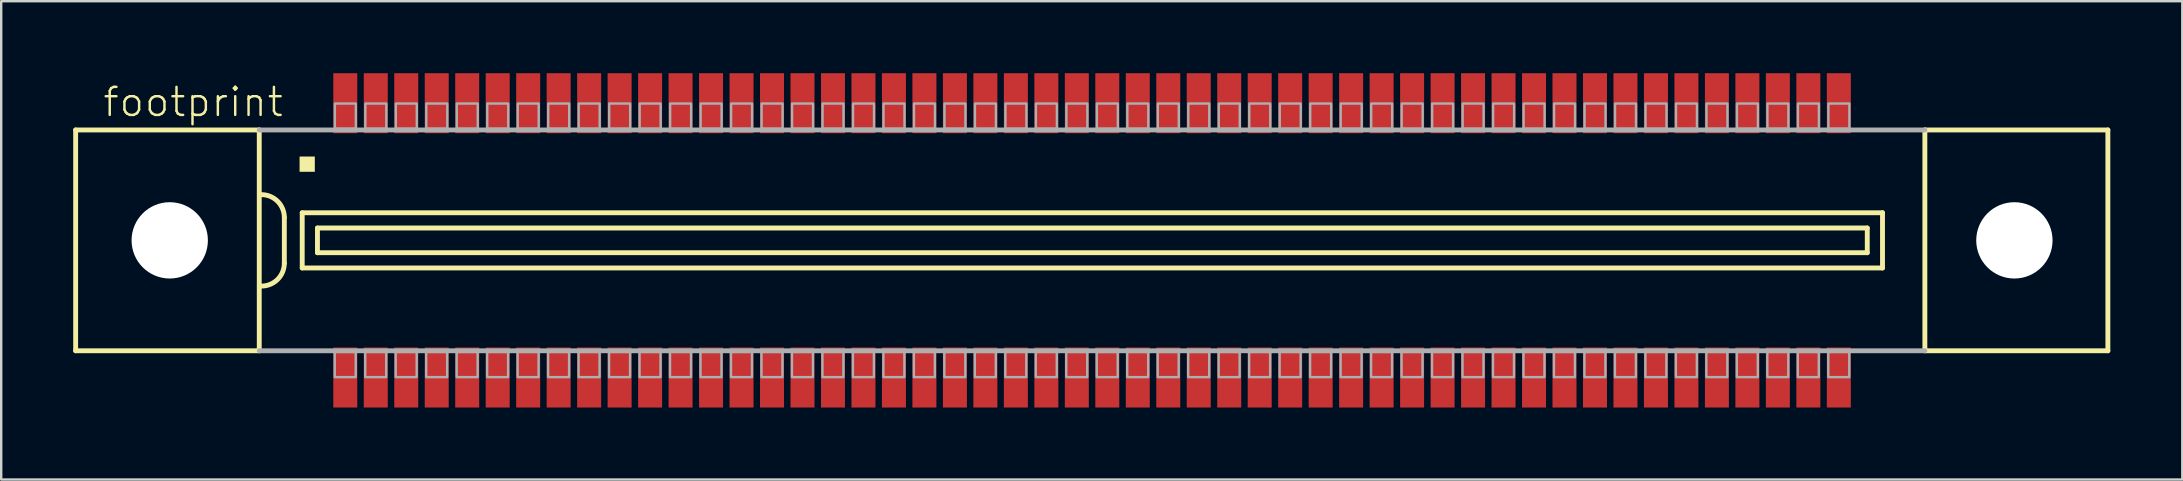
<source format=kicad_pcb>
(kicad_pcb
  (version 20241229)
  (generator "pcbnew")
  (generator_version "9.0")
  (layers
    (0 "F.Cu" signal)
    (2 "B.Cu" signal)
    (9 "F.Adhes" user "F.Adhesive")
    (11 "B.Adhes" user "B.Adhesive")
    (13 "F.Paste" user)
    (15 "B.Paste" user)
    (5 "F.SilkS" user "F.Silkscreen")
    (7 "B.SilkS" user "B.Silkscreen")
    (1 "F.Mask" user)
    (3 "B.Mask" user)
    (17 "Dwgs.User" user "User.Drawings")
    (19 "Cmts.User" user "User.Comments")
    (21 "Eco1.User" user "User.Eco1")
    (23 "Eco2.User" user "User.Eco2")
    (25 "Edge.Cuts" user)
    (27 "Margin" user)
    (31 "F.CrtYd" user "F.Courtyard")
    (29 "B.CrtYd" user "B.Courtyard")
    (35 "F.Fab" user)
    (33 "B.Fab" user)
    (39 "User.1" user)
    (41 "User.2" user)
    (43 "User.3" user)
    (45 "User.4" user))
  (footprint "footprint"
    (layer "F.Cu")
    (at 42.452 6.965)
    (property "Reference" "footprint" (at -41.275 -5.08 0) (layer "F.SilkS") (effects (font (size 1.168 1.168) (thickness 0.102)) (justify left bottom)))
    (fp_line (start -42.35 -4.6) (end -42.35 4.6) (stroke (width 0.203) (type solid)) (layer "F.SilkS"))
    (fp_line (start -42.35 4.6) (end -34.7 4.6) (stroke (width 0.203) (type solid)) (layer "F.SilkS"))
    (fp_line (start -34.7 -4.6) (end -42.35 -4.6) (stroke (width 0.203) (type solid)) (layer "F.SilkS"))
    (fp_line (start -34.7 -4.6) (end -34.7 4.6) (stroke (width 0.203) (type solid)) (layer "F.SilkS"))
    (fp_line (start -33.655 -0.953) (end -33.655 0.953) (stroke (width 0.203) (type solid)) (layer "F.SilkS"))
    (fp_line (start -32.91 -1.15) (end -32.91 1.15) (stroke (width 0.203) (type solid)) (layer "F.SilkS"))
    (fp_line (start -32.91 1.15) (end 32.935 1.15) (stroke (width 0.203) (type solid)) (layer "F.SilkS"))
    (fp_line (start -32.275 -0.515) (end -32.275 0.515) (stroke (width 0.203) (type solid)) (layer "F.SilkS"))
    (fp_line (start -32.275 0.515) (end 32.3 0.515) (stroke (width 0.203) (type solid)) (layer "F.SilkS"))
    (fp_line (start 32.3 -0.515) (end -32.275 -0.515) (stroke (width 0.203) (type solid)) (layer "F.SilkS"))
    (fp_line (start 32.3 0.515) (end 32.3 -0.515) (stroke (width 0.203) (type solid)) (layer "F.SilkS"))
    (fp_line (start 32.935 -1.15) (end -32.91 -1.15) (stroke (width 0.203) (type solid)) (layer "F.SilkS"))
    (fp_line (start 32.935 1.15) (end 32.935 -1.15) (stroke (width 0.203) (type solid)) (layer "F.SilkS"))
    (fp_line (start 34.7 4.6) (end 34.7 -4.6) (stroke (width 0.203) (type solid)) (layer "F.SilkS"))
    (fp_line (start 34.7 4.6) (end 42.325 4.6) (stroke (width 0.203) (type solid)) (layer "F.SilkS"))
    (fp_line (start 42.325 -4.6) (end 34.7 -4.6) (stroke (width 0.203) (type solid)) (layer "F.SilkS"))
    (fp_line (start 42.325 4.6) (end 42.325 -4.6) (stroke (width 0.203) (type solid)) (layer "F.SilkS"))
    (fp_arc (start -34.6075 -1.905) (mid -33.933981 -1.626019) (end -33.655 -0.9525) (stroke (width 0.2032) (type solid)) (layer "F.SilkS"))
    (fp_arc (start -33.655 0.9525) (mid -33.93401 1.625989) (end -34.607499 1.904999) (stroke (width 0.2032) (type solid)) (layer "F.SilkS"))
    (fp_poly (pts (xy -33.02 -2.857) (xy -32.385 -2.857) (xy -32.385 -3.493) (xy -33.02 -3.493)) (stroke (width 0) (type solid)) (fill yes) (layer "F.SilkS"))
    (fp_line (start -34.7 4.6) (end 34.7 4.6) (stroke (width 0.203) (type solid)) (layer "F.Fab"))
    (fp_line (start 34.7 -4.6) (end -34.7 -4.6) (stroke (width 0.203) (type solid)) (layer "F.Fab"))
    (fp_poly (pts (xy -31.55 -4.65) (xy -30.675 -4.65) (xy -30.675 -5.7) (xy -31.55 -5.7)) (stroke (width 0.1) (type solid)) (fill no) (layer "F.Fab"))
    (fp_poly (pts (xy -30.68 4.65) (xy -31.555 4.65) (xy -31.555 5.7) (xy -30.68 5.7)) (stroke (width 0.1) (type solid)) (fill no) (layer "F.Fab"))
    (fp_poly (pts (xy -30.28 -4.65) (xy -29.405 -4.65) (xy -29.405 -5.7) (xy -30.28 -5.7)) (stroke (width 0.1) (type solid)) (fill no) (layer "F.Fab"))
    (fp_poly (pts (xy -29.41 4.65) (xy -30.285 4.65) (xy -30.285 5.7) (xy -29.41 5.7)) (stroke (width 0.1) (type solid)) (fill no) (layer "F.Fab"))
    (fp_poly (pts (xy -29.01 -4.65) (xy -28.135 -4.65) (xy -28.135 -5.7) (xy -29.01 -5.7)) (stroke (width 0.1) (type solid)) (fill no) (layer "F.Fab"))
    (fp_poly (pts (xy -28.14 4.65) (xy -29.015 4.65) (xy -29.015 5.7) (xy -28.14 5.7)) (stroke (width 0.1) (type solid)) (fill no) (layer "F.Fab"))
    (fp_poly (pts (xy -27.74 -4.65) (xy -26.865 -4.65) (xy -26.865 -5.7) (xy -27.74 -5.7)) (stroke (width 0.1) (type solid)) (fill no) (layer "F.Fab"))
    (fp_poly (pts (xy -26.87 4.65) (xy -27.745 4.65) (xy -27.745 5.7) (xy -26.87 5.7)) (stroke (width 0.1) (type solid)) (fill no) (layer "F.Fab"))
    (fp_poly (pts (xy -26.47 -4.65) (xy -25.595 -4.65) (xy -25.595 -5.7) (xy -26.47 -5.7)) (stroke (width 0.1) (type solid)) (fill no) (layer "F.Fab"))
    (fp_poly (pts (xy -25.6 4.65) (xy -26.475 4.65) (xy -26.475 5.7) (xy -25.6 5.7)) (stroke (width 0.1) (type solid)) (fill no) (layer "F.Fab"))
    (fp_poly (pts (xy -25.2 -4.65) (xy -24.325 -4.65) (xy -24.325 -5.7) (xy -25.2 -5.7)) (stroke (width 0.1) (type solid)) (fill no) (layer "F.Fab"))
    (fp_poly (pts (xy -24.33 4.65) (xy -25.205 4.65) (xy -25.205 5.7) (xy -24.33 5.7)) (stroke (width 0.1) (type solid)) (fill no) (layer "F.Fab"))
    (fp_poly (pts (xy -23.93 -4.65) (xy -23.055 -4.65) (xy -23.055 -5.7) (xy -23.93 -5.7)) (stroke (width 0.1) (type solid)) (fill no) (layer "F.Fab"))
    (fp_poly (pts (xy -23.06 4.65) (xy -23.935 4.65) (xy -23.935 5.7) (xy -23.06 5.7)) (stroke (width 0.1) (type solid)) (fill no) (layer "F.Fab"))
    (fp_poly (pts (xy -22.66 -4.65) (xy -21.785 -4.65) (xy -21.785 -5.7) (xy -22.66 -5.7)) (stroke (width 0.1) (type solid)) (fill no) (layer "F.Fab"))
    (fp_poly (pts (xy -21.79 4.65) (xy -22.665 4.65) (xy -22.665 5.7) (xy -21.79 5.7)) (stroke (width 0.1) (type solid)) (fill no) (layer "F.Fab"))
    (fp_poly (pts (xy -21.39 -4.65) (xy -20.515 -4.65) (xy -20.515 -5.7) (xy -21.39 -5.7)) (stroke (width 0.1) (type solid)) (fill no) (layer "F.Fab"))
    (fp_poly (pts (xy -20.52 4.65) (xy -21.395 4.65) (xy -21.395 5.7) (xy -20.52 5.7)) (stroke (width 0.1) (type solid)) (fill no) (layer "F.Fab"))
    (fp_poly (pts (xy -20.12 -4.65) (xy -19.245 -4.65) (xy -19.245 -5.7) (xy -20.12 -5.7)) (stroke (width 0.1) (type solid)) (fill no) (layer "F.Fab"))
    (fp_poly (pts (xy -19.25 4.65) (xy -20.125 4.65) (xy -20.125 5.7) (xy -19.25 5.7)) (stroke (width 0.1) (type solid)) (fill no) (layer "F.Fab"))
    (fp_poly (pts (xy -18.85 -4.65) (xy -17.975 -4.65) (xy -17.975 -5.7) (xy -18.85 -5.7)) (stroke (width 0.1) (type solid)) (fill no) (layer "F.Fab"))
    (fp_poly (pts (xy -17.98 4.65) (xy -18.855 4.65) (xy -18.855 5.7) (xy -17.98 5.7)) (stroke (width 0.1) (type solid)) (fill no) (layer "F.Fab"))
    (fp_poly (pts (xy -17.58 -4.65) (xy -16.705 -4.65) (xy -16.705 -5.7) (xy -17.58 -5.7)) (stroke (width 0.1) (type solid)) (fill no) (layer "F.Fab"))
    (fp_poly (pts (xy -16.71 4.65) (xy -17.585 4.65) (xy -17.585 5.7) (xy -16.71 5.7)) (stroke (width 0.1) (type solid)) (fill no) (layer "F.Fab"))
    (fp_poly (pts (xy -16.31 -4.65) (xy -15.435 -4.65) (xy -15.435 -5.7) (xy -16.31 -5.7)) (stroke (width 0.1) (type solid)) (fill no) (layer "F.Fab"))
    (fp_poly (pts (xy -15.44 4.65) (xy -16.315 4.65) (xy -16.315 5.7) (xy -15.44 5.7)) (stroke (width 0.1) (type solid)) (fill no) (layer "F.Fab"))
    (fp_poly (pts (xy -15.04 -4.65) (xy -14.165 -4.65) (xy -14.165 -5.7) (xy -15.04 -5.7)) (stroke (width 0.1) (type solid)) (fill no) (layer "F.Fab"))
    (fp_poly (pts (xy -14.17 4.65) (xy -15.045 4.65) (xy -15.045 5.7) (xy -14.17 5.7)) (stroke (width 0.1) (type solid)) (fill no) (layer "F.Fab"))
    (fp_poly (pts (xy -13.77 -4.65) (xy -12.895 -4.65) (xy -12.895 -5.7) (xy -13.77 -5.7)) (stroke (width 0.1) (type solid)) (fill no) (layer "F.Fab"))
    (fp_poly (pts (xy -12.9 4.65) (xy -13.775 4.65) (xy -13.775 5.7) (xy -12.9 5.7)) (stroke (width 0.1) (type solid)) (fill no) (layer "F.Fab"))
    (fp_poly (pts (xy -12.5 -4.65) (xy -11.625 -4.65) (xy -11.625 -5.7) (xy -12.5 -5.7)) (stroke (width 0.1) (type solid)) (fill no) (layer "F.Fab"))
    (fp_poly (pts (xy -11.63 4.65) (xy -12.505 4.65) (xy -12.505 5.7) (xy -11.63 5.7)) (stroke (width 0.1) (type solid)) (fill no) (layer "F.Fab"))
    (fp_poly (pts (xy -11.23 -4.65) (xy -10.355 -4.65) (xy -10.355 -5.7) (xy -11.23 -5.7)) (stroke (width 0.1) (type solid)) (fill no) (layer "F.Fab"))
    (fp_poly (pts (xy -10.36 4.65) (xy -11.235 4.65) (xy -11.235 5.7) (xy -10.36 5.7)) (stroke (width 0.1) (type solid)) (fill no) (layer "F.Fab"))
    (fp_poly (pts (xy -9.96 -4.65) (xy -9.085 -4.65) (xy -9.085 -5.7) (xy -9.96 -5.7)) (stroke (width 0.1) (type solid)) (fill no) (layer "F.Fab"))
    (fp_poly (pts (xy -9.09 4.65) (xy -9.965 4.65) (xy -9.965 5.7) (xy -9.09 5.7)) (stroke (width 0.1) (type solid)) (fill no) (layer "F.Fab"))
    (fp_poly (pts (xy -8.69 -4.65) (xy -7.815 -4.65) (xy -7.815 -5.7) (xy -8.69 -5.7)) (stroke (width 0.1) (type solid)) (fill no) (layer "F.Fab"))
    (fp_poly (pts (xy -7.82 4.65) (xy -8.695 4.65) (xy -8.695 5.7) (xy -7.82 5.7)) (stroke (width 0.1) (type solid)) (fill no) (layer "F.Fab"))
    (fp_poly (pts (xy -7.42 -4.65) (xy -6.545 -4.65) (xy -6.545 -5.7) (xy -7.42 -5.7)) (stroke (width 0.1) (type solid)) (fill no) (layer "F.Fab"))
    (fp_poly (pts (xy -6.55 4.65) (xy -7.425 4.65) (xy -7.425 5.7) (xy -6.55 5.7)) (stroke (width 0.1) (type solid)) (fill no) (layer "F.Fab"))
    (fp_poly (pts (xy -6.15 -4.65) (xy -5.275 -4.65) (xy -5.275 -5.7) (xy -6.15 -5.7)) (stroke (width 0.1) (type solid)) (fill no) (layer "F.Fab"))
    (fp_poly (pts (xy -5.28 4.65) (xy -6.155 4.65) (xy -6.155 5.7) (xy -5.28 5.7)) (stroke (width 0.1) (type solid)) (fill no) (layer "F.Fab"))
    (fp_poly (pts (xy -4.88 -4.65) (xy -4.005 -4.65) (xy -4.005 -5.7) (xy -4.88 -5.7)) (stroke (width 0.1) (type solid)) (fill no) (layer "F.Fab"))
    (fp_poly (pts (xy -4.01 4.65) (xy -4.885 4.65) (xy -4.885 5.7) (xy -4.01 5.7)) (stroke (width 0.1) (type solid)) (fill no) (layer "F.Fab"))
    (fp_poly (pts (xy -3.61 -4.65) (xy -2.735 -4.65) (xy -2.735 -5.7) (xy -3.61 -5.7)) (stroke (width 0.1) (type solid)) (fill no) (layer "F.Fab"))
    (fp_poly (pts (xy -2.74 4.65) (xy -3.615 4.65) (xy -3.615 5.7) (xy -2.74 5.7)) (stroke (width 0.1) (type solid)) (fill no) (layer "F.Fab"))
    (fp_poly (pts (xy -2.34 -4.65) (xy -1.465 -4.65) (xy -1.465 -5.7) (xy -2.34 -5.7)) (stroke (width 0.1) (type solid)) (fill no) (layer "F.Fab"))
    (fp_poly (pts (xy -1.47 4.65) (xy -2.345 4.65) (xy -2.345 5.7) (xy -1.47 5.7)) (stroke (width 0.1) (type solid)) (fill no) (layer "F.Fab"))
    (fp_poly (pts (xy -1.07 -4.65) (xy -0.195 -4.65) (xy -0.195 -5.7) (xy -1.07 -5.7)) (stroke (width 0.1) (type solid)) (fill no) (layer "F.Fab"))
    (fp_poly (pts (xy -0.2 4.65) (xy -1.075 4.65) (xy -1.075 5.7) (xy -0.2 5.7)) (stroke (width 0.1) (type solid)) (fill no) (layer "F.Fab"))
    (fp_poly (pts (xy 0.2 -4.65) (xy 1.075 -4.65) (xy 1.075 -5.7) (xy 0.2 -5.7)) (stroke (width 0.1) (type solid)) (fill no) (layer "F.Fab"))
    (fp_poly (pts (xy 1.07 4.65) (xy 0.195 4.65) (xy 0.195 5.7) (xy 1.07 5.7)) (stroke (width 0.1) (type solid)) (fill no) (layer "F.Fab"))
    (fp_poly (pts (xy 1.47 -4.65) (xy 2.345 -4.65) (xy 2.345 -5.7) (xy 1.47 -5.7)) (stroke (width 0.1) (type solid)) (fill no) (layer "F.Fab"))
    (fp_poly (pts (xy 2.34 4.65) (xy 1.465 4.65) (xy 1.465 5.7) (xy 2.34 5.7)) (stroke (width 0.1) (type solid)) (fill no) (layer "F.Fab"))
    (fp_poly (pts (xy 2.74 -4.65) (xy 3.615 -4.65) (xy 3.615 -5.7) (xy 2.74 -5.7)) (stroke (width 0.1) (type solid)) (fill no) (layer "F.Fab"))
    (fp_poly (pts (xy 3.61 4.65) (xy 2.735 4.65) (xy 2.735 5.7) (xy 3.61 5.7)) (stroke (width 0.1) (type solid)) (fill no) (layer "F.Fab"))
    (fp_poly (pts (xy 4.01 -4.65) (xy 4.885 -4.65) (xy 4.885 -5.7) (xy 4.01 -5.7)) (stroke (width 0.1) (type solid)) (fill no) (layer "F.Fab"))
    (fp_poly (pts (xy 4.88 4.65) (xy 4.005 4.65) (xy 4.005 5.7) (xy 4.88 5.7)) (stroke (width 0.1) (type solid)) (fill no) (layer "F.Fab"))
    (fp_poly (pts (xy 5.28 -4.65) (xy 6.155 -4.65) (xy 6.155 -5.7) (xy 5.28 -5.7)) (stroke (width 0.1) (type solid)) (fill no) (layer "F.Fab"))
    (fp_poly (pts (xy 6.15 4.65) (xy 5.275 4.65) (xy 5.275 5.7) (xy 6.15 5.7)) (stroke (width 0.1) (type solid)) (fill no) (layer "F.Fab"))
    (fp_poly (pts (xy 6.55 -4.65) (xy 7.425 -4.65) (xy 7.425 -5.7) (xy 6.55 -5.7)) (stroke (width 0.1) (type solid)) (fill no) (layer "F.Fab"))
    (fp_poly (pts (xy 7.42 4.65) (xy 6.545 4.65) (xy 6.545 5.7) (xy 7.42 5.7)) (stroke (width 0.1) (type solid)) (fill no) (layer "F.Fab"))
    (fp_poly (pts (xy 7.82 -4.65) (xy 8.695 -4.65) (xy 8.695 -5.7) (xy 7.82 -5.7)) (stroke (width 0.1) (type solid)) (fill no) (layer "F.Fab"))
    (fp_poly (pts (xy 8.69 4.65) (xy 7.815 4.65) (xy 7.815 5.7) (xy 8.69 5.7)) (stroke (width 0.1) (type solid)) (fill no) (layer "F.Fab"))
    (fp_poly (pts (xy 9.09 -4.65) (xy 9.965 -4.65) (xy 9.965 -5.7) (xy 9.09 -5.7)) (stroke (width 0.1) (type solid)) (fill no) (layer "F.Fab"))
    (fp_poly (pts (xy 9.96 4.65) (xy 9.085 4.65) (xy 9.085 5.7) (xy 9.96 5.7)) (stroke (width 0.1) (type solid)) (fill no) (layer "F.Fab"))
    (fp_poly (pts (xy 10.36 -4.65) (xy 11.235 -4.65) (xy 11.235 -5.7) (xy 10.36 -5.7)) (stroke (width 0.1) (type solid)) (fill no) (layer "F.Fab"))
    (fp_poly (pts (xy 11.23 4.65) (xy 10.355 4.65) (xy 10.355 5.7) (xy 11.23 5.7)) (stroke (width 0.1) (type solid)) (fill no) (layer "F.Fab"))
    (fp_poly (pts (xy 11.63 -4.65) (xy 12.505 -4.65) (xy 12.505 -5.7) (xy 11.63 -5.7)) (stroke (width 0.1) (type solid)) (fill no) (layer "F.Fab"))
    (fp_poly (pts (xy 12.5 4.65) (xy 11.625 4.65) (xy 11.625 5.7) (xy 12.5 5.7)) (stroke (width 0.1) (type solid)) (fill no) (layer "F.Fab"))
    (fp_poly (pts (xy 12.9 -4.65) (xy 13.775 -4.65) (xy 13.775 -5.7) (xy 12.9 -5.7)) (stroke (width 0.1) (type solid)) (fill no) (layer "F.Fab"))
    (fp_poly (pts (xy 13.77 4.65) (xy 12.895 4.65) (xy 12.895 5.7) (xy 13.77 5.7)) (stroke (width 0.1) (type solid)) (fill no) (layer "F.Fab"))
    (fp_poly (pts (xy 14.17 -4.65) (xy 15.045 -4.65) (xy 15.045 -5.7) (xy 14.17 -5.7)) (stroke (width 0.1) (type solid)) (fill no) (layer "F.Fab"))
    (fp_poly (pts (xy 15.04 4.65) (xy 14.165 4.65) (xy 14.165 5.7) (xy 15.04 5.7)) (stroke (width 0.1) (type solid)) (fill no) (layer "F.Fab"))
    (fp_poly (pts (xy 15.44 -4.65) (xy 16.315 -4.65) (xy 16.315 -5.7) (xy 15.44 -5.7)) (stroke (width 0.1) (type solid)) (fill no) (layer "F.Fab"))
    (fp_poly (pts (xy 16.31 4.65) (xy 15.435 4.65) (xy 15.435 5.7) (xy 16.31 5.7)) (stroke (width 0.1) (type solid)) (fill no) (layer "F.Fab"))
    (fp_poly (pts (xy 16.71 -4.65) (xy 17.585 -4.65) (xy 17.585 -5.7) (xy 16.71 -5.7)) (stroke (width 0.1) (type solid)) (fill no) (layer "F.Fab"))
    (fp_poly (pts (xy 17.58 4.65) (xy 16.705 4.65) (xy 16.705 5.7) (xy 17.58 5.7)) (stroke (width 0.1) (type solid)) (fill no) (layer "F.Fab"))
    (fp_poly (pts (xy 17.98 -4.65) (xy 18.855 -4.65) (xy 18.855 -5.7) (xy 17.98 -5.7)) (stroke (width 0.1) (type solid)) (fill no) (layer "F.Fab"))
    (fp_poly (pts (xy 18.85 4.65) (xy 17.975 4.65) (xy 17.975 5.7) (xy 18.85 5.7)) (stroke (width 0.1) (type solid)) (fill no) (layer "F.Fab"))
    (fp_poly (pts (xy 19.25 -4.65) (xy 20.125 -4.65) (xy 20.125 -5.7) (xy 19.25 -5.7)) (stroke (width 0.1) (type solid)) (fill no) (layer "F.Fab"))
    (fp_poly (pts (xy 20.12 4.65) (xy 19.245 4.65) (xy 19.245 5.7) (xy 20.12 5.7)) (stroke (width 0.1) (type solid)) (fill no) (layer "F.Fab"))
    (fp_poly (pts (xy 20.52 -4.65) (xy 21.395 -4.65) (xy 21.395 -5.7) (xy 20.52 -5.7)) (stroke (width 0.1) (type solid)) (fill no) (layer "F.Fab"))
    (fp_poly (pts (xy 21.39 4.65) (xy 20.515 4.65) (xy 20.515 5.7) (xy 21.39 5.7)) (stroke (width 0.1) (type solid)) (fill no) (layer "F.Fab"))
    (fp_poly (pts (xy 21.79 -4.65) (xy 22.665 -4.65) (xy 22.665 -5.7) (xy 21.79 -5.7)) (stroke (width 0.1) (type solid)) (fill no) (layer "F.Fab"))
    (fp_poly (pts (xy 22.66 4.65) (xy 21.785 4.65) (xy 21.785 5.7) (xy 22.66 5.7)) (stroke (width 0.1) (type solid)) (fill no) (layer "F.Fab"))
    (fp_poly (pts (xy 23.06 -4.65) (xy 23.935 -4.65) (xy 23.935 -5.7) (xy 23.06 -5.7)) (stroke (width 0.1) (type solid)) (fill no) (layer "F.Fab"))
    (fp_poly (pts (xy 23.93 4.65) (xy 23.055 4.65) (xy 23.055 5.7) (xy 23.93 5.7)) (stroke (width 0.1) (type solid)) (fill no) (layer "F.Fab"))
    (fp_poly (pts (xy 24.33 -4.65) (xy 25.205 -4.65) (xy 25.205 -5.7) (xy 24.33 -5.7)) (stroke (width 0.1) (type solid)) (fill no) (layer "F.Fab"))
    (fp_poly (pts (xy 25.2 4.65) (xy 24.325 4.65) (xy 24.325 5.7) (xy 25.2 5.7)) (stroke (width 0.1) (type solid)) (fill no) (layer "F.Fab"))
    (fp_poly (pts (xy 25.6 -4.65) (xy 26.475 -4.65) (xy 26.475 -5.7) (xy 25.6 -5.7)) (stroke (width 0.1) (type solid)) (fill no) (layer "F.Fab"))
    (fp_poly (pts (xy 26.47 4.65) (xy 25.595 4.65) (xy 25.595 5.7) (xy 26.47 5.7)) (stroke (width 0.1) (type solid)) (fill no) (layer "F.Fab"))
    (fp_poly (pts (xy 26.87 -4.65) (xy 27.745 -4.65) (xy 27.745 -5.7) (xy 26.87 -5.7)) (stroke (width 0.1) (type solid)) (fill no) (layer "F.Fab"))
    (fp_poly (pts (xy 27.74 4.65) (xy 26.865 4.65) (xy 26.865 5.7) (xy 27.74 5.7)) (stroke (width 0.1) (type solid)) (fill no) (layer "F.Fab"))
    (fp_poly (pts (xy 28.14 -4.65) (xy 29.015 -4.65) (xy 29.015 -5.7) (xy 28.14 -5.7)) (stroke (width 0.1) (type solid)) (fill no) (layer "F.Fab"))
    (fp_poly (pts (xy 29.01 4.65) (xy 28.135 4.65) (xy 28.135 5.7) (xy 29.01 5.7)) (stroke (width 0.1) (type solid)) (fill no) (layer "F.Fab"))
    (fp_poly (pts (xy 29.41 -4.65) (xy 30.285 -4.65) (xy 30.285 -5.7) (xy 29.41 -5.7)) (stroke (width 0.1) (type solid)) (fill no) (layer "F.Fab"))
    (fp_poly (pts (xy 30.28 4.65) (xy 29.405 4.65) (xy 29.405 5.7) (xy 30.28 5.7)) (stroke (width 0.1) (type solid)) (fill no) (layer "F.Fab"))
    (fp_poly (pts (xy 30.68 -4.65) (xy 31.555 -4.65) (xy 31.555 -5.7) (xy 30.68 -5.7)) (stroke (width 0.1) (type solid)) (fill no) (layer "F.Fab"))
    (fp_poly (pts (xy 31.55 4.65) (xy 30.675 4.65) (xy 30.675 5.7) (xy 31.55 5.7)) (stroke (width 0.1) (type solid)) (fill no) (layer "F.Fab"))
    (pad "" np_thru_hole circle (at -38.43 0) (size 3.18 3.18) (drill 3.18) (layers "*.Cu" "*.Mask"))
    (pad "" np_thru_hole circle (at 38.43 0) (size 3.18 3.18) (drill 3.18) (layers "*.Cu" "*.Mask"))
    (pad "1" smd rect (at -31.115 -5.715) (size 1 2.5) (layers "F.Cu" "F.Mask" "F.Paste"))
    (pad "2" smd rect (at -29.845 -5.715) (size 1 2.5) (layers "F.Cu" "F.Mask" "F.Paste"))
    (pad "3" smd rect (at -28.575 -5.715) (size 1 2.5) (layers "F.Cu" "F.Mask" "F.Paste"))
    (pad "4" smd rect (at -27.305 -5.715) (size 1 2.5) (layers "F.Cu" "F.Mask" "F.Paste"))
    (pad "5" smd rect (at -26.035 -5.715) (size 1 2.5) (layers "F.Cu" "F.Mask" "F.Paste"))
    (pad "6" smd rect (at -24.765 -5.715) (size 1 2.5) (layers "F.Cu" "F.Mask" "F.Paste"))
    (pad "7" smd rect (at -23.495 -5.715) (size 1 2.5) (layers "F.Cu" "F.Mask" "F.Paste"))
    (pad "8" smd rect (at -22.225 -5.715) (size 1 2.5) (layers "F.Cu" "F.Mask" "F.Paste"))
    (pad "9" smd rect (at -20.955 -5.715) (size 1 2.5) (layers "F.Cu" "F.Mask" "F.Paste"))
    (pad "10" smd rect (at -19.685 -5.715) (size 1 2.5) (layers "F.Cu" "F.Mask" "F.Paste"))
    (pad "11" smd rect (at -18.415 -5.715 180) (size 1 2.5) (layers "F.Cu" "F.Mask" "F.Paste"))
    (pad "12" smd rect (at -17.145 -5.715 180) (size 1 2.5) (layers "F.Cu" "F.Mask" "F.Paste"))
    (pad "13" smd rect (at -15.875 -5.715 180) (size 1 2.5) (layers "F.Cu" "F.Mask" "F.Paste"))
    (pad "14" smd rect (at -14.605 -5.715 180) (size 1 2.5) (layers "F.Cu" "F.Mask" "F.Paste"))
    (pad "15" smd rect (at -13.335 -5.715 180) (size 1 2.5) (layers "F.Cu" "F.Mask" "F.Paste"))
    (pad "16" smd rect (at -12.065 -5.715 180) (size 1 2.5) (layers "F.Cu" "F.Mask" "F.Paste"))
    (pad "17" smd rect (at -10.795 -5.715 180) (size 1 2.5) (layers "F.Cu" "F.Mask" "F.Paste"))
    (pad "18" smd rect (at -9.525 -5.715 180) (size 1 2.5) (layers "F.Cu" "F.Mask" "F.Paste"))
    (pad "19" smd rect (at -8.255 -5.715 180) (size 1 2.5) (layers "F.Cu" "F.Mask" "F.Paste"))
    (pad "20" smd rect (at -6.985 -5.715 180) (size 1 2.5) (layers "F.Cu" "F.Mask" "F.Paste"))
    (pad "21" smd rect (at -5.715 -5.715 180) (size 1 2.5) (layers "F.Cu" "F.Mask" "F.Paste"))
    (pad "22" smd rect (at -4.445 -5.715 180) (size 1 2.5) (layers "F.Cu" "F.Mask" "F.Paste"))
    (pad "23" smd rect (at -3.175 -5.715 180) (size 1 2.5) (layers "F.Cu" "F.Mask" "F.Paste"))
    (pad "24" smd rect (at -1.905 -5.715 180) (size 1 2.5) (layers "F.Cu" "F.Mask" "F.Paste"))
    (pad "25" smd rect (at -0.635 -5.715 180) (size 1 2.5) (layers "F.Cu" "F.Mask" "F.Paste"))
    (pad "26" smd rect (at 0.635 -5.715 180) (size 1 2.5) (layers "F.Cu" "F.Mask" "F.Paste"))
    (pad "27" smd rect (at 1.905 -5.715 180) (size 1 2.5) (layers "F.Cu" "F.Mask" "F.Paste"))
    (pad "28" smd rect (at 3.175 -5.715 180) (size 1 2.5) (layers "F.Cu" "F.Mask" "F.Paste"))
    (pad "29" smd rect (at 4.445 -5.715 180) (size 1 2.5) (layers "F.Cu" "F.Mask" "F.Paste"))
    (pad "30" smd rect (at 5.715 -5.715 180) (size 1 2.5) (layers "F.Cu" "F.Mask" "F.Paste"))
    (pad "31" smd rect (at 6.985 -5.715 180) (size 1 2.5) (layers "F.Cu" "F.Mask" "F.Paste"))
    (pad "32" smd rect (at 8.255 -5.715 180) (size 1 2.5) (layers "F.Cu" "F.Mask" "F.Paste"))
    (pad "33" smd rect (at 9.525 -5.715 180) (size 1 2.5) (layers "F.Cu" "F.Mask" "F.Paste"))
    (pad "34" smd rect (at 10.795 -5.715 180) (size 1 2.5) (layers "F.Cu" "F.Mask" "F.Paste"))
    (pad "35" smd rect (at 12.065 -5.715 180) (size 1 2.5) (layers "F.Cu" "F.Mask" "F.Paste"))
    (pad "36" smd rect (at 13.335 -5.715 180) (size 1 2.5) (layers "F.Cu" "F.Mask" "F.Paste"))
    (pad "37" smd rect (at 14.605 -5.715 180) (size 1 2.5) (layers "F.Cu" "F.Mask" "F.Paste"))
    (pad "38" smd rect (at 15.875 -5.715 180) (size 1 2.5) (layers "F.Cu" "F.Mask" "F.Paste"))
    (pad "39" smd rect (at 17.145 -5.715 180) (size 1 2.5) (layers "F.Cu" "F.Mask" "F.Paste"))
    (pad "40" smd rect (at 18.415 -5.715 180) (size 1 2.5) (layers "F.Cu" "F.Mask" "F.Paste"))
    (pad "41" smd rect (at 19.685 -5.715 180) (size 1 2.5) (layers "F.Cu" "F.Mask" "F.Paste"))
    (pad "42" smd rect (at 20.955 -5.715 180) (size 1 2.5) (layers "F.Cu" "F.Mask" "F.Paste"))
    (pad "43" smd rect (at 22.225 -5.715 180) (size 1 2.5) (layers "F.Cu" "F.Mask" "F.Paste"))
    (pad "44" smd rect (at 23.495 -5.715 180) (size 1 2.5) (layers "F.Cu" "F.Mask" "F.Paste"))
    (pad "45" smd rect (at 24.765 -5.715 180) (size 1 2.5) (layers "F.Cu" "F.Mask" "F.Paste"))
    (pad "46" smd rect (at 26.035 -5.715 180) (size 1 2.5) (layers "F.Cu" "F.Mask" "F.Paste"))
    (pad "47" smd rect (at 27.305 -5.715 180) (size 1 2.5) (layers "F.Cu" "F.Mask" "F.Paste"))
    (pad "48" smd rect (at 28.575 -5.715 180) (size 1 2.5) (layers "F.Cu" "F.Mask" "F.Paste"))
    (pad "49" smd rect (at 29.845 -5.715 180) (size 1 2.5) (layers "F.Cu" "F.Mask" "F.Paste"))
    (pad "50" smd rect (at 31.115 -5.715 180) (size 1 2.5) (layers "F.Cu" "F.Mask" "F.Paste"))
    (pad "51" smd rect (at -31.115 5.715) (size 1 2.5) (layers "F.Cu" "F.Mask" "F.Paste"))
    (pad "52" smd rect (at -29.845 5.715) (size 1 2.5) (layers "F.Cu" "F.Mask" "F.Paste"))
    (pad "53" smd rect (at -28.575 5.715) (size 1 2.5) (layers "F.Cu" "F.Mask" "F.Paste"))
    (pad "54" smd rect (at -27.305 5.715) (size 1 2.5) (layers "F.Cu" "F.Mask" "F.Paste"))
    (pad "55" smd rect (at -26.035 5.715) (size 1 2.5) (layers "F.Cu" "F.Mask" "F.Paste"))
    (pad "56" smd rect (at -24.765 5.715) (size 1 2.5) (layers "F.Cu" "F.Mask" "F.Paste"))
    (pad "57" smd rect (at -23.495 5.715) (size 1 2.5) (layers "F.Cu" "F.Mask" "F.Paste"))
    (pad "58" smd rect (at -22.225 5.715) (size 1 2.5) (layers "F.Cu" "F.Mask" "F.Paste"))
    (pad "59" smd rect (at -20.955 5.715) (size 1 2.5) (layers "F.Cu" "F.Mask" "F.Paste"))
    (pad "60" smd rect (at -19.685 5.715) (size 1 2.5) (layers "F.Cu" "F.Mask" "F.Paste"))
    (pad "61" smd rect (at -18.415 5.715) (size 1 2.5) (layers "F.Cu" "F.Mask" "F.Paste"))
    (pad "62" smd rect (at -17.145 5.715) (size 1 2.5) (layers "F.Cu" "F.Mask" "F.Paste"))
    (pad "63" smd rect (at -15.875 5.715) (size 1 2.5) (layers "F.Cu" "F.Mask" "F.Paste"))
    (pad "64" smd rect (at -14.605 5.715) (size 1 2.5) (layers "F.Cu" "F.Mask" "F.Paste"))
    (pad "65" smd rect (at -13.335 5.715) (size 1 2.5) (layers "F.Cu" "F.Mask" "F.Paste"))
    (pad "66" smd rect (at -12.065 5.715) (size 1 2.5) (layers "F.Cu" "F.Mask" "F.Paste"))
    (pad "67" smd rect (at -10.795 5.715) (size 1 2.5) (layers "F.Cu" "F.Mask" "F.Paste"))
    (pad "68" smd rect (at -9.525 5.715) (size 1 2.5) (layers "F.Cu" "F.Mask" "F.Paste"))
    (pad "69" smd rect (at -8.255 5.715) (size 1 2.5) (layers "F.Cu" "F.Mask" "F.Paste"))
    (pad "70" smd rect (at -6.985 5.715) (size 1 2.5) (layers "F.Cu" "F.Mask" "F.Paste"))
    (pad "71" smd rect (at -5.715 5.715) (size 1 2.5) (layers "F.Cu" "F.Mask" "F.Paste"))
    (pad "72" smd rect (at -4.445 5.715) (size 1 2.5) (layers "F.Cu" "F.Mask" "F.Paste"))
    (pad "73" smd rect (at -3.175 5.715) (size 1 2.5) (layers "F.Cu" "F.Mask" "F.Paste"))
    (pad "74" smd rect (at -1.905 5.715) (size 1 2.5) (layers "F.Cu" "F.Mask" "F.Paste"))
    (pad "75" smd rect (at -0.635 5.715) (size 1 2.5) (layers "F.Cu" "F.Mask" "F.Paste"))
    (pad "76" smd rect (at 0.635 5.715) (size 1 2.5) (layers "F.Cu" "F.Mask" "F.Paste"))
    (pad "77" smd rect (at 1.905 5.715) (size 1 2.5) (layers "F.Cu" "F.Mask" "F.Paste"))
    (pad "78" smd rect (at 3.175 5.715) (size 1 2.5) (layers "F.Cu" "F.Mask" "F.Paste"))
    (pad "79" smd rect (at 4.445 5.715) (size 1 2.5) (layers "F.Cu" "F.Mask" "F.Paste"))
    (pad "80" smd rect (at 5.715 5.715) (size 1 2.5) (layers "F.Cu" "F.Mask" "F.Paste"))
    (pad "81" smd rect (at 6.985 5.715) (size 1 2.5) (layers "F.Cu" "F.Mask" "F.Paste"))
    (pad "82" smd rect (at 8.255 5.715) (size 1 2.5) (layers "F.Cu" "F.Mask" "F.Paste"))
    (pad "83" smd rect (at 9.525 5.715) (size 1 2.5) (layers "F.Cu" "F.Mask" "F.Paste"))
    (pad "84" smd rect (at 10.795 5.715) (size 1 2.5) (layers "F.Cu" "F.Mask" "F.Paste"))
    (pad "85" smd rect (at 12.065 5.715) (size 1 2.5) (layers "F.Cu" "F.Mask" "F.Paste"))
    (pad "86" smd rect (at 13.335 5.715) (size 1 2.5) (layers "F.Cu" "F.Mask" "F.Paste"))
    (pad "87" smd rect (at 14.605 5.715) (size 1 2.5) (layers "F.Cu" "F.Mask" "F.Paste"))
    (pad "88" smd rect (at 15.875 5.715) (size 1 2.5) (layers "F.Cu" "F.Mask" "F.Paste"))
    (pad "89" smd rect (at 17.145 5.715) (size 1 2.5) (layers "F.Cu" "F.Mask" "F.Paste"))
    (pad "90" smd rect (at 18.415 5.715) (size 1 2.5) (layers "F.Cu" "F.Mask" "F.Paste"))
    (pad "91" smd rect (at 19.685 5.715) (size 1 2.5) (layers "F.Cu" "F.Mask" "F.Paste"))
    (pad "92" smd rect (at 20.955 5.715) (size 1 2.5) (layers "F.Cu" "F.Mask" "F.Paste"))
    (pad "93" smd rect (at 22.225 5.715) (size 1 2.5) (layers "F.Cu" "F.Mask" "F.Paste"))
    (pad "94" smd rect (at 23.495 5.715) (size 1 2.5) (layers "F.Cu" "F.Mask" "F.Paste"))
    (pad "95" smd rect (at 24.765 5.715) (size 1 2.5) (layers "F.Cu" "F.Mask" "F.Paste"))
    (pad "96" smd rect (at 26.035 5.715) (size 1 2.5) (layers "F.Cu" "F.Mask" "F.Paste"))
    (pad "97" smd rect (at 27.305 5.715) (size 1 2.5) (layers "F.Cu" "F.Mask" "F.Paste"))
    (pad "98" smd rect (at 28.575 5.715) (size 1 2.5) (layers "F.Cu" "F.Mask" "F.Paste"))
    (pad "99" smd rect (at 29.845 5.715) (size 1 2.5) (layers "F.Cu" "F.Mask" "F.Paste"))
    (pad "100" smd rect (at 31.115 5.715) (size 1 2.5) (layers "F.Cu" "F.Mask" "F.Paste")))
  (gr_rect
    (start -3 -3)
    (end 87.878 16.93)
    (stroke (width 0.1) (type default))
    (fill no)
    (layer "Edge.Cuts")))
</source>
